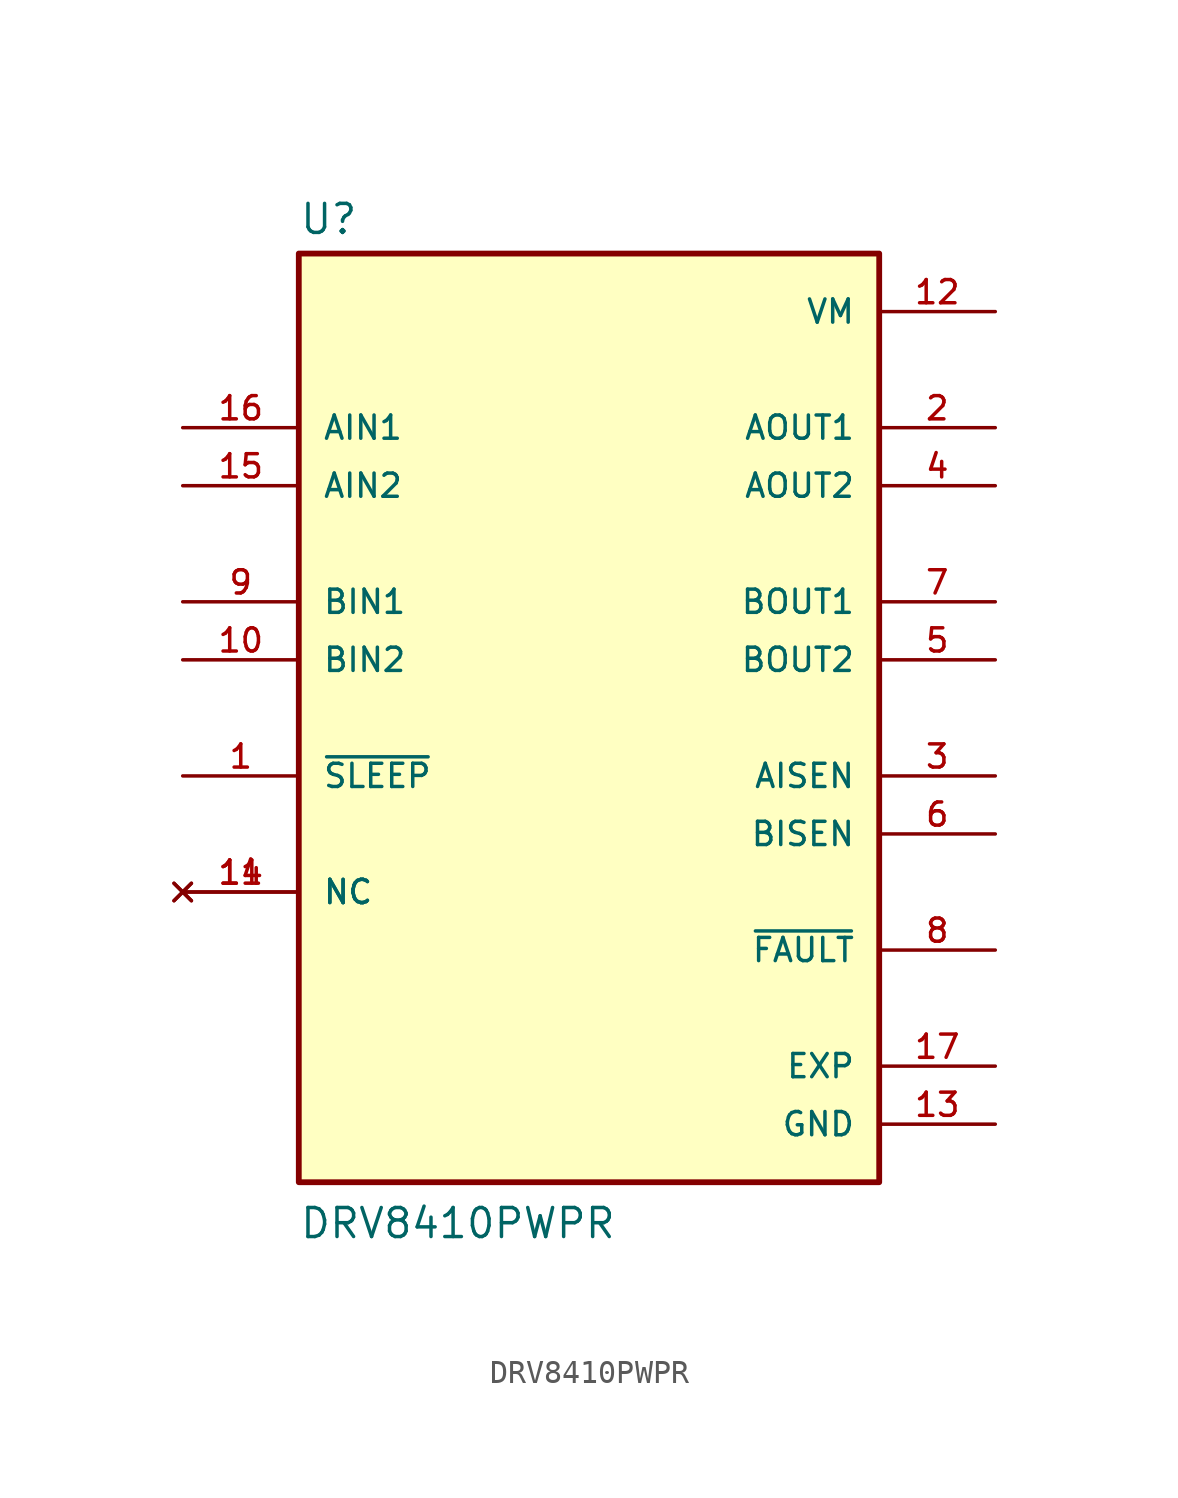
<source format=kicad_sym>
(kicad_symbol_lib
  (version 20211014)
  (generator kicad_symbol_editor)
  (symbol "DRV8410PWPR"
    (pin_names
      (offset 1.016))
    (property "Reference" "U"
      (at -12.7 21.082 0)
      (effects (font (size 1.27 1.27)) (justify bottom left)))
    (property "Value" "DRV8410PWPR"
      (at -12.7 -22.86 0)
      (effects (font (size 1.27 1.27)) (justify bottom left)))
    (symbol "DRV8410PWPR_0_0"
      (rectangle (start -12.7 -20.32) (end 12.7 20.32) (stroke (width 0.254)) (fill (type background)))
      (pin input line (at -17.78 12.7 0) (length 5.08) (name "AIN1" (effects (font (size 1.016 1.016)))) (number "16" (effects (font (size 1.016 1.016)))))
      (pin output line (at 17.78 -2.54 180.0) (length 5.08) (name "AISEN" (effects (font (size 1.016 1.016)))) (number "3" (effects (font (size 1.016 1.016)))))
      (pin output line (at 17.78 12.7 180.0) (length 5.08) (name "AOUT1" (effects (font (size 1.016 1.016)))) (number "2" (effects (font (size 1.016 1.016)))))
      (pin input line (at -17.78 5.08 0) (length 5.08) (name "BIN1" (effects (font (size 1.016 1.016)))) (number "9" (effects (font (size 1.016 1.016)))))
      (pin output line (at 17.78 -5.08 180.0) (length 5.08) (name "BISEN" (effects (font (size 1.016 1.016)))) (number "6" (effects (font (size 1.016 1.016)))))
      (pin output line (at 17.78 5.08 180.0) (length 5.08) (name "BOUT1" (effects (font (size 1.016 1.016)))) (number "7" (effects (font (size 1.016 1.016)))))
      (pin power_in line (at 17.78 -17.78 180.0) (length 5.08) (name "GND" (effects (font (size 1.016 1.016)))) (number "13" (effects (font (size 1.016 1.016)))))
      (pin no_connect line (at -17.78 -7.62 0) (length 5.08) (name "NC" (effects (font (size 1.016 1.016)))) (number "11" (effects (font (size 1.016 1.016)))))
      (pin no_connect line (at -17.78 -7.62 0) (length 5.08) (name "NC" (effects (font (size 1.016 1.016)))) (number "14" (effects (font (size 1.016 1.016)))))
      (pin output line (at 17.78 -10.16 180.0) (length 5.08) (name "~{FAULT}" (effects (font (size 1.016 1.016)))) (number "8" (effects (font (size 1.016 1.016)))))
      (pin input line (at -17.78 -2.54 0) (length 5.08) (name "~{SLEEP}" (effects (font (size 1.016 1.016)))) (number "1" (effects (font (size 1.016 1.016)))))
      (pin power_in line (at 17.78 -15.24 180.0) (length 5.08) (name "EXP" (effects (font (size 1.016 1.016)))) (number "17" (effects (font (size 1.016 1.016)))))
      (pin power_in line (at 17.78 17.78 180.0) (length 5.08) (name "VM" (effects (font (size 1.016 1.016)))) (number "12" (effects (font (size 1.016 1.016)))))
      (pin input line (at -17.78 10.16 0) (length 5.08) (name "AIN2" (effects (font (size 1.016 1.016)))) (number "15" (effects (font (size 1.016 1.016)))))
      (pin output line (at 17.78 10.16 180.0) (length 5.08) (name "AOUT2" (effects (font (size 1.016 1.016)))) (number "4" (effects (font (size 1.016 1.016)))))
      (pin input line (at -17.78 2.54 0) (length 5.08) (name "BIN2" (effects (font (size 1.016 1.016)))) (number "10" (effects (font (size 1.016 1.016)))))
      (pin output line (at 17.78 2.54 180.0) (length 5.08) (name "BOUT2" (effects (font (size 1.016 1.016)))) (number "5" (effects (font (size 1.016 1.016))))))))
</source>
